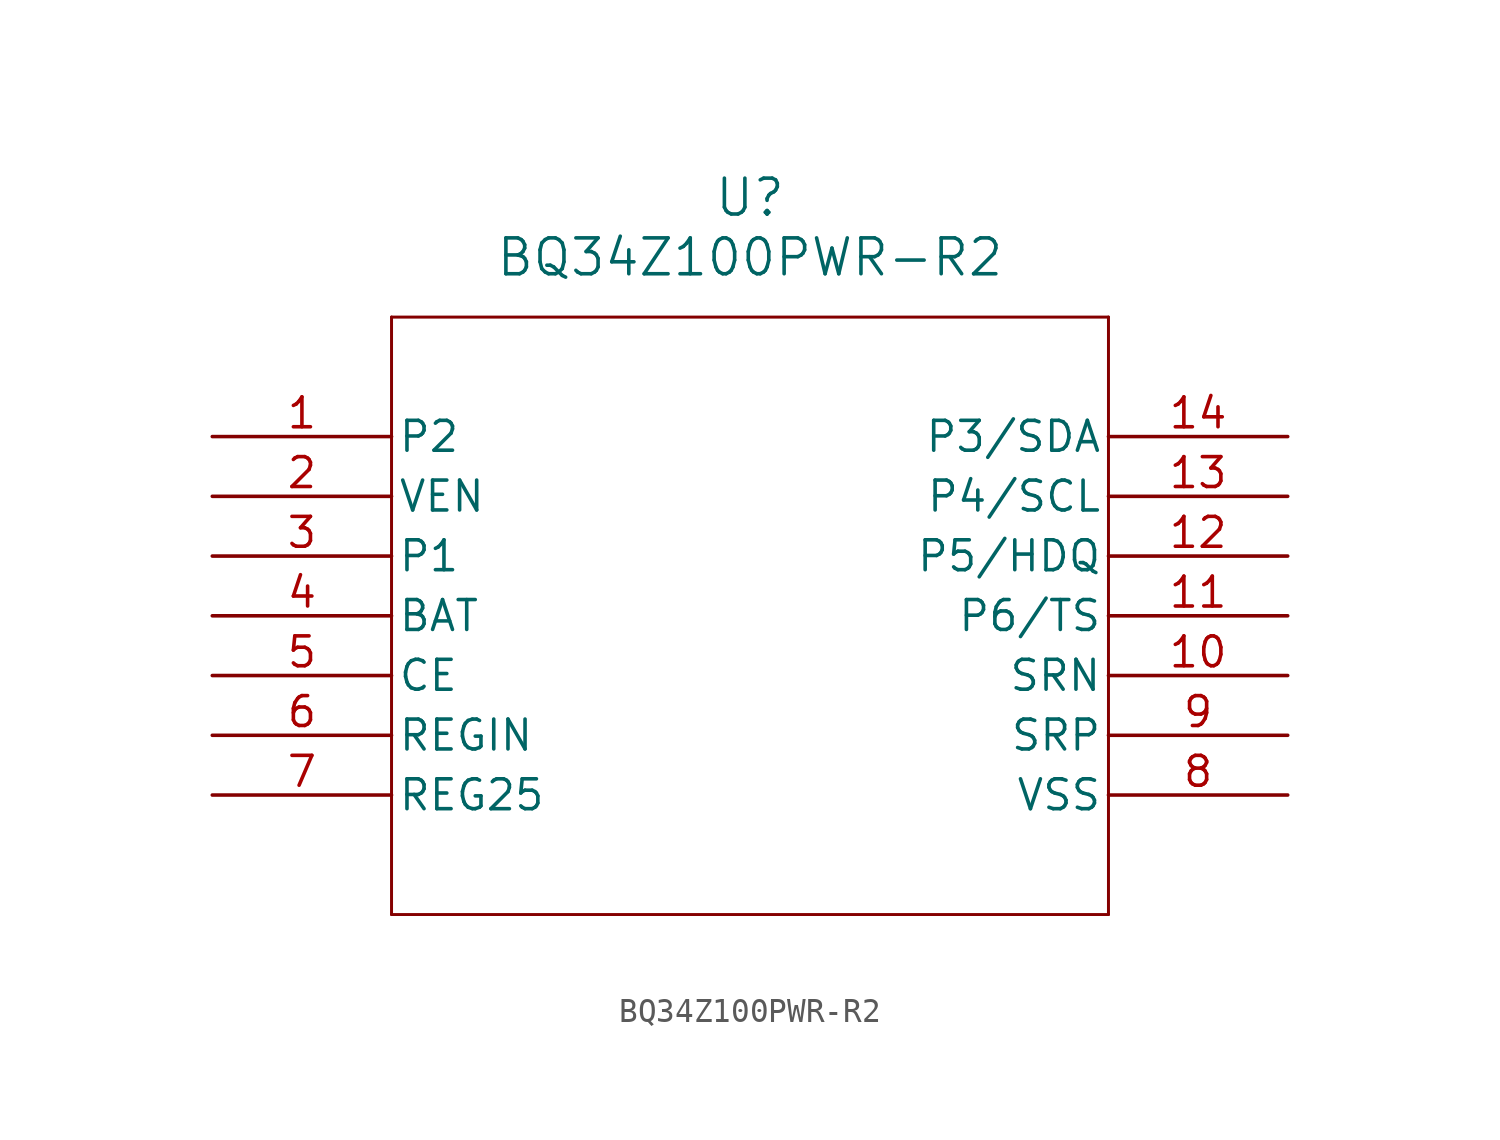
<source format=kicad_sym>
(kicad_symbol_lib
  (version 20211014)
  (generator kicad_symbol_editor)
  (symbol "BQ34Z100PWR-R2"
    (pin_names
      (offset 0.254))
    (property "Reference" "U"
      (at 22.86 10.16 0)
      (effects (font (size 1.524 1.524))))
    (property "Value" "BQ34Z100PWR-R2"
      (at 22.86 7.62 0)
      (effects (font (size 1.524 1.524))))
    (symbol "BQ34Z100PWR-R2_0_1"
      (polyline (pts (xy 7.62 5.08) (xy 7.62 -20.32)) (stroke (width 0.127) (type default) (color 0 0 0 0)) (fill (type none)))
      (polyline (pts (xy 7.62 -20.32) (xy 38.1 -20.32)) (stroke (width 0.127) (type default) (color 0 0 0 0)) (fill (type none)))
      (polyline (pts (xy 38.1 -20.32) (xy 38.1 5.08)) (stroke (width 0.127) (type default) (color 0 0 0 0)) (fill (type none)))
      (polyline (pts (xy 38.1 5.08) (xy 7.62 5.08)) (stroke (width 0.127) (type default) (color 0 0 0 0)) (fill (type none)))
      (pin output line (at 0 0 0) (length 7.62) (name "P2" (effects (font (size 1.27 1.27)))) (number "1" (effects (font (size 1.27 1.27)))))
      (pin output line (at 0 -2.54 0) (length 7.62) (name "VEN" (effects (font (size 1.27 1.27)))) (number "2" (effects (font (size 1.27 1.27)))))
      (pin output line (at 0 -5.08 0) (length 7.62) (name "P1" (effects (font (size 1.27 1.27)))) (number "3" (effects (font (size 1.27 1.27)))))
      (pin input line (at 0 -7.62 0) (length 7.62) (name "BAT" (effects (font (size 1.27 1.27)))) (number "4" (effects (font (size 1.27 1.27)))))
      (pin input line (at 0 -10.16 0) (length 7.62) (name "CE" (effects (font (size 1.27 1.27)))) (number "5" (effects (font (size 1.27 1.27)))))
      (pin power_in line (at 0 -12.7 0) (length 7.62) (name "REGIN" (effects (font (size 1.27 1.27)))) (number "6" (effects (font (size 1.27 1.27)))))
      (pin power_in line (at 0 -15.24 0) (length 7.62) (name "REG25" (effects (font (size 1.27 1.27)))) (number "7" (effects (font (size 1.27 1.27)))))
      (pin power_in line (at 45.72 -15.24 180) (length 7.62) (name "VSS" (effects (font (size 1.27 1.27)))) (number "8" (effects (font (size 1.27 1.27)))))
      (pin input line (at 45.72 -12.7 180) (length 7.62) (name "SRP" (effects (font (size 1.27 1.27)))) (number "9" (effects (font (size 1.27 1.27)))))
      (pin input line (at 45.72 -10.16 180) (length 7.62) (name "SRN" (effects (font (size 1.27 1.27)))) (number "10" (effects (font (size 1.27 1.27)))))
      (pin input line (at 45.72 -7.62 180) (length 7.62) (name "P6/TS" (effects (font (size 1.27 1.27)))) (number "11" (effects (font (size 1.27 1.27)))))
      (pin bidirectional line (at 45.72 -5.08 180) (length 7.62) (name "P5/HDQ" (effects (font (size 1.27 1.27)))) (number "12" (effects (font (size 1.27 1.27)))))
      (pin input line (at 45.72 -2.54 180) (length 7.62) (name "P4/SCL" (effects (font (size 1.27 1.27)))) (number "13" (effects (font (size 1.27 1.27)))))
      (pin bidirectional line (at 45.72 0 180) (length 7.62) (name "P3/SDA" (effects (font (size 1.27 1.27)))) (number "14" (effects (font (size 1.27 1.27))))))))
</source>
